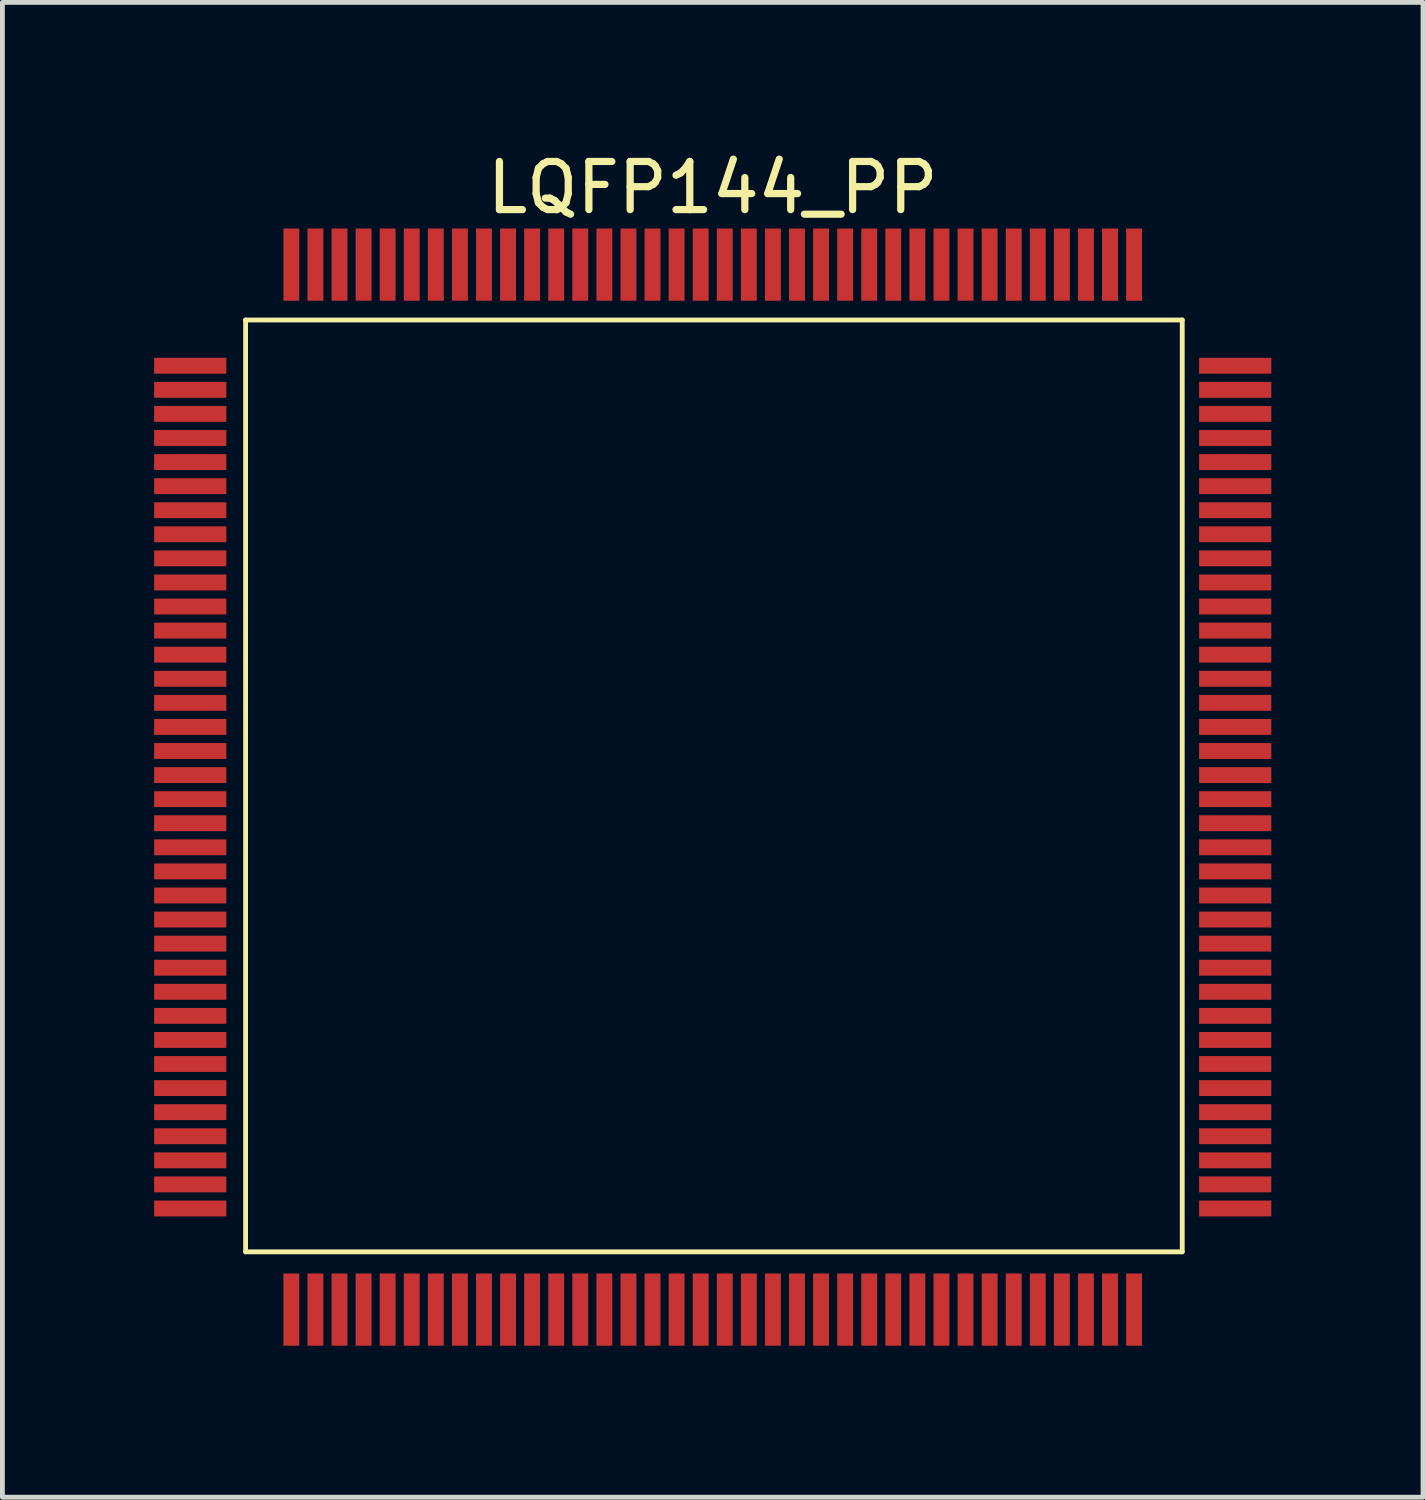
<source format=kicad_pcb>
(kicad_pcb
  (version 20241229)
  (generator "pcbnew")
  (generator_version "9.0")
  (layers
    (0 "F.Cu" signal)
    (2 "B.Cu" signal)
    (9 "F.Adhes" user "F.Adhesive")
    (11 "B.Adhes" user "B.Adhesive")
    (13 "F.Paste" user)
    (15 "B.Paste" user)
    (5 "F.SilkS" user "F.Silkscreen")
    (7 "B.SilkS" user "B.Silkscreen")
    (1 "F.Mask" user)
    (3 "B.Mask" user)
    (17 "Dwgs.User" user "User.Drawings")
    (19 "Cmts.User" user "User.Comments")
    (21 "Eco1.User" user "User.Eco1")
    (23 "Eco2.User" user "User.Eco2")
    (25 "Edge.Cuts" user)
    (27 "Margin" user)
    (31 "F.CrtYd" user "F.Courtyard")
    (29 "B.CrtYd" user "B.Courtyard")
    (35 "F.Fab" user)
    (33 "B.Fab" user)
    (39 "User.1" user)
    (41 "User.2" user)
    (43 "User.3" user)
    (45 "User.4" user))
  (footprint "LQFP144_PP"
    (layer "F.Cu")
    (at 11.75 13.295)
    (property "Reference" "LQFP144_PP" (at 0 -12.447 0) (layer "F.SilkS") (effects (font (size 1 1) (thickness 0.15))))
    (fp_line (start -9.7 -9.7) (end 9.75 -9.7) (stroke (width 0.1) (type solid)) (layer "F.SilkS"))
    (fp_line (start -9.7 9.65) (end -9.7 -9.7) (stroke (width 0.1) (type solid)) (layer "F.SilkS"))
    (fp_line (start -9.7 9.65) (end 9.75 9.65) (stroke (width 0.1) (type solid)) (layer "F.SilkS"))
    (fp_line (start 9.75 9.65) (end 9.75 -9.7) (stroke (width 0.1) (type solid)) (layer "F.SilkS"))
    (fp_rect (start -11.75 -8.6) (end -11.003 -8.9) (stroke (width 0) (type default)) (fill yes) (layer "F.Paste"))
    (fp_rect (start -11.75 -8.1) (end -11.003 -8.4) (stroke (width 0) (type default)) (fill yes) (layer "F.Paste"))
    (fp_rect (start -11.75 -7.6) (end -11.003 -7.9) (stroke (width 0) (type default)) (fill yes) (layer "F.Paste"))
    (fp_rect (start -11.75 -7.1) (end -11.003 -7.4) (stroke (width 0) (type default)) (fill yes) (layer "F.Paste"))
    (fp_rect (start -11.75 -6.6) (end -11.003 -6.9) (stroke (width 0) (type default)) (fill yes) (layer "F.Paste"))
    (fp_rect (start -11.75 -6.1) (end -11.003 -6.4) (stroke (width 0) (type default)) (fill yes) (layer "F.Paste"))
    (fp_rect (start -11.75 -5.6) (end -11.003 -5.9) (stroke (width 0) (type default)) (fill yes) (layer "F.Paste"))
    (fp_rect (start -11.75 -5.1) (end -11.003 -5.4) (stroke (width 0) (type default)) (fill yes) (layer "F.Paste"))
    (fp_rect (start -11.75 -4.6) (end -11.003 -4.9) (stroke (width 0) (type default)) (fill yes) (layer "F.Paste"))
    (fp_rect (start -11.75 -4.1) (end -11.003 -4.4) (stroke (width 0) (type default)) (fill yes) (layer "F.Paste"))
    (fp_rect (start -11.75 -3.6) (end -11.003 -3.9) (stroke (width 0) (type default)) (fill yes) (layer "F.Paste"))
    (fp_rect (start -11.75 -3.1) (end -11.003 -3.4) (stroke (width 0) (type default)) (fill yes) (layer "F.Paste"))
    (fp_rect (start -11.75 -2.6) (end -11.003 -2.9) (stroke (width 0) (type default)) (fill yes) (layer "F.Paste"))
    (fp_rect (start -11.75 -2.1) (end -11.003 -2.4) (stroke (width 0) (type default)) (fill yes) (layer "F.Paste"))
    (fp_rect (start -11.75 -1.6) (end -11.003 -1.9) (stroke (width 0) (type default)) (fill yes) (layer "F.Paste"))
    (fp_rect (start -11.75 -1.1) (end -11.003 -1.4) (stroke (width 0) (type default)) (fill yes) (layer "F.Paste"))
    (fp_rect (start -11.75 -0.6) (end -11.003 -0.9) (stroke (width 0) (type default)) (fill yes) (layer "F.Paste"))
    (fp_rect (start -11.75 -0.1) (end -11.003 -0.4) (stroke (width 0) (type default)) (fill yes) (layer "F.Paste"))
    (fp_rect (start -11.75 0.4) (end -11.003 0.1) (stroke (width 0) (type default)) (fill yes) (layer "F.Paste"))
    (fp_rect (start -11.75 0.9) (end -11.003 0.6) (stroke (width 0) (type default)) (fill yes) (layer "F.Paste"))
    (fp_rect (start -11.75 1.4) (end -11.003 1.1) (stroke (width 0) (type default)) (fill yes) (layer "F.Paste"))
    (fp_rect (start -11.75 1.9) (end -11.003 1.6) (stroke (width 0) (type default)) (fill yes) (layer "F.Paste"))
    (fp_rect (start -11.75 2.4) (end -11.003 2.1) (stroke (width 0) (type default)) (fill yes) (layer "F.Paste"))
    (fp_rect (start -11.75 2.9) (end -11.003 2.6) (stroke (width 0) (type default)) (fill yes) (layer "F.Paste"))
    (fp_rect (start -11.75 3.4) (end -11.003 3.1) (stroke (width 0) (type default)) (fill yes) (layer "F.Paste"))
    (fp_rect (start -11.75 3.9) (end -11.003 3.6) (stroke (width 0) (type default)) (fill yes) (layer "F.Paste"))
    (fp_rect (start -11.75 4.4) (end -11.003 4.1) (stroke (width 0) (type default)) (fill yes) (layer "F.Paste"))
    (fp_rect (start -11.75 4.9) (end -11.003 4.6) (stroke (width 0) (type default)) (fill yes) (layer "F.Paste"))
    (fp_rect (start -11.75 5.4) (end -11.003 5.1) (stroke (width 0) (type default)) (fill yes) (layer "F.Paste"))
    (fp_rect (start -11.75 5.9) (end -11.003 5.6) (stroke (width 0) (type default)) (fill yes) (layer "F.Paste"))
    (fp_rect (start -11.75 6.4) (end -11.003 6.1) (stroke (width 0) (type default)) (fill yes) (layer "F.Paste"))
    (fp_rect (start -11.75 6.9) (end -11.003 6.6) (stroke (width 0) (type default)) (fill yes) (layer "F.Paste"))
    (fp_rect (start -11.75 7.4) (end -11.003 7.1) (stroke (width 0) (type default)) (fill yes) (layer "F.Paste"))
    (fp_rect (start -11.75 7.9) (end -11.003 7.6) (stroke (width 0) (type default)) (fill yes) (layer "F.Paste"))
    (fp_rect (start -11.75 8.4) (end -11.003 8.1) (stroke (width 0) (type default)) (fill yes) (layer "F.Paste"))
    (fp_rect (start -11.75 8.9) (end -11.003 8.6) (stroke (width 0) (type default)) (fill yes) (layer "F.Paste"))
    (fp_rect (start -8.9 11) (end -8.6 11.747) (stroke (width 0) (type default)) (fill yes) (layer "F.Paste"))
    (fp_rect (start -8.6 -11) (end -8.9 -11.747) (stroke (width 0) (type default)) (fill yes) (layer "F.Paste"))
    (fp_rect (start -8.4 11) (end -8.1 11.747) (stroke (width 0) (type default)) (fill yes) (layer "F.Paste"))
    (fp_rect (start -8.1 -11) (end -8.4 -11.747) (stroke (width 0) (type default)) (fill yes) (layer "F.Paste"))
    (fp_rect (start -7.9 11) (end -7.6 11.747) (stroke (width 0) (type default)) (fill yes) (layer "F.Paste"))
    (fp_rect (start -7.6 -11) (end -7.9 -11.747) (stroke (width 0) (type default)) (fill yes) (layer "F.Paste"))
    (fp_rect (start -7.4 11) (end -7.1 11.747) (stroke (width 0) (type default)) (fill yes) (layer "F.Paste"))
    (fp_rect (start -7.1 -11) (end -7.4 -11.747) (stroke (width 0) (type default)) (fill yes) (layer "F.Paste"))
    (fp_rect (start -6.9 11) (end -6.6 11.747) (stroke (width 0) (type default)) (fill yes) (layer "F.Paste"))
    (fp_rect (start -6.6 -11) (end -6.9 -11.747) (stroke (width 0) (type default)) (fill yes) (layer "F.Paste"))
    (fp_rect (start -6.4 11) (end -6.1 11.747) (stroke (width 0) (type default)) (fill yes) (layer "F.Paste"))
    (fp_rect (start -6.1 -11) (end -6.4 -11.747) (stroke (width 0) (type default)) (fill yes) (layer "F.Paste"))
    (fp_rect (start -5.9 11) (end -5.6 11.747) (stroke (width 0) (type default)) (fill yes) (layer "F.Paste"))
    (fp_rect (start -5.6 -11) (end -5.9 -11.747) (stroke (width 0) (type default)) (fill yes) (layer "F.Paste"))
    (fp_rect (start -5.4 11) (end -5.1 11.747) (stroke (width 0) (type default)) (fill yes) (layer "F.Paste"))
    (fp_rect (start -5.1 -11) (end -5.4 -11.747) (stroke (width 0) (type default)) (fill yes) (layer "F.Paste"))
    (fp_rect (start -4.9 11) (end -4.6 11.747) (stroke (width 0) (type default)) (fill yes) (layer "F.Paste"))
    (fp_rect (start -4.6 -11) (end -4.9 -11.747) (stroke (width 0) (type default)) (fill yes) (layer "F.Paste"))
    (fp_rect (start -4.4 11) (end -4.1 11.747) (stroke (width 0) (type default)) (fill yes) (layer "F.Paste"))
    (fp_rect (start -4.1 -11) (end -4.4 -11.747) (stroke (width 0) (type default)) (fill yes) (layer "F.Paste"))
    (fp_rect (start -3.9 11) (end -3.6 11.747) (stroke (width 0) (type default)) (fill yes) (layer "F.Paste"))
    (fp_rect (start -3.6 -11) (end -3.9 -11.747) (stroke (width 0) (type default)) (fill yes) (layer "F.Paste"))
    (fp_rect (start -3.4 11) (end -3.1 11.747) (stroke (width 0) (type default)) (fill yes) (layer "F.Paste"))
    (fp_rect (start -3.1 -11) (end -3.4 -11.747) (stroke (width 0) (type default)) (fill yes) (layer "F.Paste"))
    (fp_rect (start -2.9 11) (end -2.6 11.747) (stroke (width 0) (type default)) (fill yes) (layer "F.Paste"))
    (fp_rect (start -2.6 -11) (end -2.9 -11.747) (stroke (width 0) (type default)) (fill yes) (layer "F.Paste"))
    (fp_rect (start -2.4 11) (end -2.1 11.747) (stroke (width 0) (type default)) (fill yes) (layer "F.Paste"))
    (fp_rect (start -2.1 -11) (end -2.4 -11.747) (stroke (width 0) (type default)) (fill yes) (layer "F.Paste"))
    (fp_rect (start -1.9 11) (end -1.6 11.747) (stroke (width 0) (type default)) (fill yes) (layer "F.Paste"))
    (fp_rect (start -1.6 -11) (end -1.9 -11.747) (stroke (width 0) (type default)) (fill yes) (layer "F.Paste"))
    (fp_rect (start -1.4 11) (end -1.1 11.747) (stroke (width 0) (type default)) (fill yes) (layer "F.Paste"))
    (fp_rect (start -1.1 -11) (end -1.4 -11.747) (stroke (width 0) (type default)) (fill yes) (layer "F.Paste"))
    (fp_rect (start -0.9 11) (end -0.6 11.747) (stroke (width 0) (type default)) (fill yes) (layer "F.Paste"))
    (fp_rect (start -0.6 -11) (end -0.9 -11.747) (stroke (width 0) (type default)) (fill yes) (layer "F.Paste"))
    (fp_rect (start -0.4 11) (end -0.1 11.747) (stroke (width 0) (type default)) (fill yes) (layer "F.Paste"))
    (fp_rect (start -0.1 -11) (end -0.4 -11.747) (stroke (width 0) (type default)) (fill yes) (layer "F.Paste"))
    (fp_rect (start 0.1 11) (end 0.4 11.747) (stroke (width 0) (type default)) (fill yes) (layer "F.Paste"))
    (fp_rect (start 0.4 -11) (end 0.1 -11.747) (stroke (width 0) (type default)) (fill yes) (layer "F.Paste"))
    (fp_rect (start 0.6 11) (end 0.9 11.747) (stroke (width 0) (type default)) (fill yes) (layer "F.Paste"))
    (fp_rect (start 0.9 -11) (end 0.6 -11.747) (stroke (width 0) (type default)) (fill yes) (layer "F.Paste"))
    (fp_rect (start 1.1 11) (end 1.4 11.747) (stroke (width 0) (type default)) (fill yes) (layer "F.Paste"))
    (fp_rect (start 1.4 -11) (end 1.1 -11.747) (stroke (width 0) (type default)) (fill yes) (layer "F.Paste"))
    (fp_rect (start 1.6 11) (end 1.9 11.747) (stroke (width 0) (type default)) (fill yes) (layer "F.Paste"))
    (fp_rect (start 1.9 -11) (end 1.6 -11.747) (stroke (width 0) (type default)) (fill yes) (layer "F.Paste"))
    (fp_rect (start 2.1 11) (end 2.4 11.747) (stroke (width 0) (type default)) (fill yes) (layer "F.Paste"))
    (fp_rect (start 2.4 -11) (end 2.1 -11.747) (stroke (width 0) (type default)) (fill yes) (layer "F.Paste"))
    (fp_rect (start 2.6 11) (end 2.9 11.747) (stroke (width 0) (type default)) (fill yes) (layer "F.Paste"))
    (fp_rect (start 2.9 -11) (end 2.6 -11.747) (stroke (width 0) (type default)) (fill yes) (layer "F.Paste"))
    (fp_rect (start 3.1 11) (end 3.4 11.747) (stroke (width 0) (type default)) (fill yes) (layer "F.Paste"))
    (fp_rect (start 3.4 -11) (end 3.1 -11.747) (stroke (width 0) (type default)) (fill yes) (layer "F.Paste"))
    (fp_rect (start 3.6 11) (end 3.9 11.747) (stroke (width 0) (type default)) (fill yes) (layer "F.Paste"))
    (fp_rect (start 3.9 -11) (end 3.6 -11.747) (stroke (width 0) (type default)) (fill yes) (layer "F.Paste"))
    (fp_rect (start 4.1 11) (end 4.4 11.747) (stroke (width 0) (type default)) (fill yes) (layer "F.Paste"))
    (fp_rect (start 4.4 -11) (end 4.1 -11.747) (stroke (width 0) (type default)) (fill yes) (layer "F.Paste"))
    (fp_rect (start 4.6 11) (end 4.9 11.747) (stroke (width 0) (type default)) (fill yes) (layer "F.Paste"))
    (fp_rect (start 4.9 -11) (end 4.6 -11.747) (stroke (width 0) (type default)) (fill yes) (layer "F.Paste"))
    (fp_rect (start 5.1 11) (end 5.4 11.747) (stroke (width 0) (type default)) (fill yes) (layer "F.Paste"))
    (fp_rect (start 5.4 -11) (end 5.1 -11.747) (stroke (width 0) (type default)) (fill yes) (layer "F.Paste"))
    (fp_rect (start 5.6 11) (end 5.9 11.747) (stroke (width 0) (type default)) (fill yes) (layer "F.Paste"))
    (fp_rect (start 5.9 -11) (end 5.6 -11.747) (stroke (width 0) (type default)) (fill yes) (layer "F.Paste"))
    (fp_rect (start 6.1 11) (end 6.4 11.747) (stroke (width 0) (type default)) (fill yes) (layer "F.Paste"))
    (fp_rect (start 6.4 -11) (end 6.1 -11.747) (stroke (width 0) (type default)) (fill yes) (layer "F.Paste"))
    (fp_rect (start 6.6 11) (end 6.9 11.747) (stroke (width 0) (type default)) (fill yes) (layer "F.Paste"))
    (fp_rect (start 6.9 -11) (end 6.6 -11.747) (stroke (width 0) (type default)) (fill yes) (layer "F.Paste"))
    (fp_rect (start 7.1 11) (end 7.4 11.747) (stroke (width 0) (type default)) (fill yes) (layer "F.Paste"))
    (fp_rect (start 7.4 -11) (end 7.1 -11.747) (stroke (width 0) (type default)) (fill yes) (layer "F.Paste"))
    (fp_rect (start 7.6 11) (end 7.9 11.747) (stroke (width 0) (type default)) (fill yes) (layer "F.Paste"))
    (fp_rect (start 7.9 -11) (end 7.6 -11.747) (stroke (width 0) (type default)) (fill yes) (layer "F.Paste"))
    (fp_rect (start 8.1 11) (end 8.4 11.747) (stroke (width 0) (type default)) (fill yes) (layer "F.Paste"))
    (fp_rect (start 8.4 -11) (end 8.1 -11.747) (stroke (width 0) (type default)) (fill yes) (layer "F.Paste"))
    (fp_rect (start 8.6 11) (end 8.9 11.747) (stroke (width 0) (type default)) (fill yes) (layer "F.Paste"))
    (fp_rect (start 8.9 -11) (end 8.6 -11.747) (stroke (width 0) (type default)) (fill yes) (layer "F.Paste"))
    (fp_rect (start 11.75 -8.9) (end 11.003 -8.6) (stroke (width 0) (type default)) (fill yes) (layer "F.Paste"))
    (fp_rect (start 11.75 -8.4) (end 11.003 -8.1) (stroke (width 0) (type default)) (fill yes) (layer "F.Paste"))
    (fp_rect (start 11.75 -7.9) (end 11.003 -7.6) (stroke (width 0) (type default)) (fill yes) (layer "F.Paste"))
    (fp_rect (start 11.75 -7.4) (end 11.003 -7.1) (stroke (width 0) (type default)) (fill yes) (layer "F.Paste"))
    (fp_rect (start 11.75 -6.9) (end 11.003 -6.6) (stroke (width 0) (type default)) (fill yes) (layer "F.Paste"))
    (fp_rect (start 11.75 -6.4) (end 11.003 -6.1) (stroke (width 0) (type default)) (fill yes) (layer "F.Paste"))
    (fp_rect (start 11.75 -5.9) (end 11.003 -5.6) (stroke (width 0) (type default)) (fill yes) (layer "F.Paste"))
    (fp_rect (start 11.75 -5.4) (end 11.003 -5.1) (stroke (width 0) (type default)) (fill yes) (layer "F.Paste"))
    (fp_rect (start 11.75 -4.9) (end 11.003 -4.6) (stroke (width 0) (type default)) (fill yes) (layer "F.Paste"))
    (fp_rect (start 11.75 -4.4) (end 11.003 -4.1) (stroke (width 0) (type default)) (fill yes) (layer "F.Paste"))
    (fp_rect (start 11.75 -3.9) (end 11.003 -3.6) (stroke (width 0) (type default)) (fill yes) (layer "F.Paste"))
    (fp_rect (start 11.75 -3.4) (end 11.003 -3.1) (stroke (width 0) (type default)) (fill yes) (layer "F.Paste"))
    (fp_rect (start 11.75 -2.9) (end 11.003 -2.6) (stroke (width 0) (type default)) (fill yes) (layer "F.Paste"))
    (fp_rect (start 11.75 -2.4) (end 11.003 -2.1) (stroke (width 0) (type default)) (fill yes) (layer "F.Paste"))
    (fp_rect (start 11.75 -1.9) (end 11.003 -1.6) (stroke (width 0) (type default)) (fill yes) (layer "F.Paste"))
    (fp_rect (start 11.75 -1.4) (end 11.003 -1.1) (stroke (width 0) (type default)) (fill yes) (layer "F.Paste"))
    (fp_rect (start 11.75 -0.9) (end 11.003 -0.6) (stroke (width 0) (type default)) (fill yes) (layer "F.Paste"))
    (fp_rect (start 11.75 -0.4) (end 11.003 -0.1) (stroke (width 0) (type default)) (fill yes) (layer "F.Paste"))
    (fp_rect (start 11.75 0.1) (end 11.003 0.4) (stroke (width 0) (type default)) (fill yes) (layer "F.Paste"))
    (fp_rect (start 11.75 0.6) (end 11.003 0.9) (stroke (width 0) (type default)) (fill yes) (layer "F.Paste"))
    (fp_rect (start 11.75 1.1) (end 11.003 1.4) (stroke (width 0) (type default)) (fill yes) (layer "F.Paste"))
    (fp_rect (start 11.75 1.6) (end 11.003 1.9) (stroke (width 0) (type default)) (fill yes) (layer "F.Paste"))
    (fp_rect (start 11.75 2.1) (end 11.003 2.4) (stroke (width 0) (type default)) (fill yes) (layer "F.Paste"))
    (fp_rect (start 11.75 2.6) (end 11.003 2.9) (stroke (width 0) (type default)) (fill yes) (layer "F.Paste"))
    (fp_rect (start 11.75 3.1) (end 11.003 3.4) (stroke (width 0) (type default)) (fill yes) (layer "F.Paste"))
    (fp_rect (start 11.75 3.6) (end 11.003 3.9) (stroke (width 0) (type default)) (fill yes) (layer "F.Paste"))
    (fp_rect (start 11.75 4.1) (end 11.003 4.4) (stroke (width 0) (type default)) (fill yes) (layer "F.Paste"))
    (fp_rect (start 11.75 4.6) (end 11.003 4.9) (stroke (width 0) (type default)) (fill yes) (layer "F.Paste"))
    (fp_rect (start 11.75 5.1) (end 11.003 5.4) (stroke (width 0) (type default)) (fill yes) (layer "F.Paste"))
    (fp_rect (start 11.75 5.6) (end 11.003 5.9) (stroke (width 0) (type default)) (fill yes) (layer "F.Paste"))
    (fp_rect (start 11.75 6.1) (end 11.003 6.4) (stroke (width 0) (type default)) (fill yes) (layer "F.Paste"))
    (fp_rect (start 11.75 6.6) (end 11.003 6.9) (stroke (width 0) (type default)) (fill yes) (layer "F.Paste"))
    (fp_rect (start 11.75 7.1) (end 11.003 7.4) (stroke (width 0) (type default)) (fill yes) (layer "F.Paste"))
    (fp_rect (start 11.75 7.6) (end 11.003 7.9) (stroke (width 0) (type default)) (fill yes) (layer "F.Paste"))
    (fp_rect (start 11.75 8.1) (end 11.003 8.4) (stroke (width 0) (type default)) (fill yes) (layer "F.Paste"))
    (fp_rect (start 11.75 8.6) (end 11.003 8.9) (stroke (width 0) (type default)) (fill yes) (layer "F.Paste"))
    (pad "1" smd rect (at -8.75 10.85) (size 0.33 1.5) (layers "F.Cu" "F.Mask" "F.Paste"))
    (pad "2" smd rect (at -8.25 10.85) (size 0.33 1.5) (layers "F.Cu" "F.Mask" "F.Paste"))
    (pad "3" smd rect (at -7.75 10.85) (size 0.33 1.5) (layers "F.Cu" "F.Mask" "F.Paste"))
    (pad "4" smd rect (at -7.25 10.85) (size 0.33 1.5) (layers "F.Cu" "F.Mask" "F.Paste"))
    (pad "5" smd rect (at -6.75 10.85) (size 0.33 1.5) (layers "F.Cu" "F.Mask" "F.Paste"))
    (pad "6" smd rect (at -6.25 10.85) (size 0.33 1.5) (layers "F.Cu" "F.Mask" "F.Paste"))
    (pad "7" smd rect (at -5.75 10.85) (size 0.33 1.5) (layers "F.Cu" "F.Mask" "F.Paste"))
    (pad "8" smd rect (at -5.25 10.85) (size 0.33 1.5) (layers "F.Cu" "F.Mask" "F.Paste"))
    (pad "9" smd rect (at -4.75 10.85) (size 0.33 1.5) (layers "F.Cu" "F.Mask" "F.Paste"))
    (pad "10" smd rect (at -4.25 10.85) (size 0.33 1.5) (layers "F.Cu" "F.Mask" "F.Paste"))
    (pad "11" smd rect (at -3.75 10.85) (size 0.33 1.5) (layers "F.Cu" "F.Mask" "F.Paste"))
    (pad "12" smd rect (at -3.25 10.85) (size 0.33 1.5) (layers "F.Cu" "F.Mask" "F.Paste"))
    (pad "13" smd rect (at -2.75 10.85) (size 0.33 1.5) (layers "F.Cu" "F.Mask" "F.Paste"))
    (pad "14" smd rect (at -2.25 10.85) (size 0.33 1.5) (layers "F.Cu" "F.Mask" "F.Paste"))
    (pad "15" smd rect (at -1.75 10.85) (size 0.33 1.5) (layers "F.Cu" "F.Mask" "F.Paste"))
    (pad "16" smd rect (at -1.25 10.85) (size 0.33 1.5) (layers "F.Cu" "F.Mask" "F.Paste"))
    (pad "17" smd rect (at -0.75 10.85) (size 0.33 1.5) (layers "F.Cu" "F.Mask" "F.Paste"))
    (pad "18" smd rect (at -0.25 10.85) (size 0.33 1.5) (layers "F.Cu" "F.Mask" "F.Paste"))
    (pad "19" smd rect (at 0.25 10.85) (size 0.33 1.5) (layers "F.Cu" "F.Mask" "F.Paste"))
    (pad "20" smd rect (at 0.75 10.85) (size 0.33 1.5) (layers "F.Cu" "F.Mask" "F.Paste"))
    (pad "21" smd rect (at 1.25 10.85) (size 0.33 1.5) (layers "F.Cu" "F.Mask" "F.Paste"))
    (pad "22" smd rect (at 1.75 10.85) (size 0.33 1.5) (layers "F.Cu" "F.Mask" "F.Paste"))
    (pad "23" smd rect (at 2.25 10.85) (size 0.33 1.5) (layers "F.Cu" "F.Mask" "F.Paste"))
    (pad "24" smd rect (at 2.75 10.85) (size 0.33 1.5) (layers "F.Cu" "F.Mask" "F.Paste"))
    (pad "25" smd rect (at 3.25 10.85) (size 0.33 1.5) (layers "F.Cu" "F.Mask" "F.Paste"))
    (pad "26" smd rect (at 3.75 10.85) (size 0.33 1.5) (layers "F.Cu" "F.Mask" "F.Paste"))
    (pad "27" smd rect (at 4.25 10.85) (size 0.33 1.5) (layers "F.Cu" "F.Mask" "F.Paste"))
    (pad "28" smd rect (at 4.75 10.85) (size 0.33 1.5) (layers "F.Cu" "F.Mask" "F.Paste"))
    (pad "29" smd rect (at 5.25 10.85) (size 0.33 1.5) (layers "F.Cu" "F.Mask" "F.Paste"))
    (pad "30" smd rect (at 5.75 10.85) (size 0.33 1.5) (layers "F.Cu" "F.Mask" "F.Paste"))
    (pad "31" smd rect (at 6.25 10.85) (size 0.33 1.5) (layers "F.Cu" "F.Mask" "F.Paste"))
    (pad "32" smd rect (at 6.75 10.85) (size 0.33 1.5) (layers "F.Cu" "F.Mask" "F.Paste"))
    (pad "33" smd rect (at 7.25 10.85) (size 0.33 1.5) (layers "F.Cu" "F.Mask" "F.Paste"))
    (pad "34" smd rect (at 7.75 10.85) (size 0.33 1.5) (layers "F.Cu" "F.Mask" "F.Paste"))
    (pad "35" smd rect (at 8.25 10.85) (size 0.33 1.5) (layers "F.Cu" "F.Mask" "F.Paste"))
    (pad "36" smd rect (at 8.75 10.85) (size 0.33 1.5) (layers "F.Cu" "F.Mask" "F.Paste"))
    (pad "37" smd rect (at 10.85 8.75 90) (size 0.33 1.5) (layers "F.Cu" "F.Mask" "F.Paste"))
    (pad "38" smd rect (at 10.85 8.25 90) (size 0.33 1.5) (layers "F.Cu" "F.Mask" "F.Paste"))
    (pad "39" smd rect (at 10.85 7.75 90) (size 0.33 1.5) (layers "F.Cu" "F.Mask" "F.Paste"))
    (pad "40" smd rect (at 10.85 7.25 90) (size 0.33 1.5) (layers "F.Cu" "F.Mask" "F.Paste"))
    (pad "41" smd rect (at 10.85 6.75 90) (size 0.33 1.5) (layers "F.Cu" "F.Mask" "F.Paste"))
    (pad "42" smd rect (at 10.85 6.25 90) (size 0.33 1.5) (layers "F.Cu" "F.Mask" "F.Paste"))
    (pad "43" smd rect (at 10.85 5.75 90) (size 0.33 1.5) (layers "F.Cu" "F.Mask" "F.Paste"))
    (pad "44" smd rect (at 10.85 5.25 90) (size 0.33 1.5) (layers "F.Cu" "F.Mask" "F.Paste"))
    (pad "45" smd rect (at 10.85 4.75 90) (size 0.33 1.5) (layers "F.Cu" "F.Mask" "F.Paste"))
    (pad "46" smd rect (at 10.85 4.25 90) (size 0.33 1.5) (layers "F.Cu" "F.Mask" "F.Paste"))
    (pad "47" smd rect (at 10.85 3.75 90) (size 0.33 1.5) (layers "F.Cu" "F.Mask" "F.Paste"))
    (pad "48" smd rect (at 10.85 3.25 90) (size 0.33 1.5) (layers "F.Cu" "F.Mask" "F.Paste"))
    (pad "49" smd rect (at 10.85 2.75 90) (size 0.33 1.5) (layers "F.Cu" "F.Mask" "F.Paste"))
    (pad "50" smd rect (at 10.85 2.25 90) (size 0.33 1.5) (layers "F.Cu" "F.Mask" "F.Paste"))
    (pad "51" smd rect (at 10.85 1.75 90) (size 0.33 1.5) (layers "F.Cu" "F.Mask" "F.Paste"))
    (pad "52" smd rect (at 10.85 1.25 90) (size 0.33 1.5) (layers "F.Cu" "F.Mask" "F.Paste"))
    (pad "53" smd rect (at 10.85 0.75 90) (size 0.33 1.5) (layers "F.Cu" "F.Mask" "F.Paste"))
    (pad "54" smd rect (at 10.85 0.25 90) (size 0.33 1.5) (layers "F.Cu" "F.Mask" "F.Paste"))
    (pad "55" smd rect (at 10.85 -0.25 90) (size 0.33 1.5) (layers "F.Cu" "F.Mask" "F.Paste"))
    (pad "56" smd rect (at 10.85 -0.75 90) (size 0.33 1.5) (layers "F.Cu" "F.Mask" "F.Paste"))
    (pad "57" smd rect (at 10.85 -1.25 90) (size 0.33 1.5) (layers "F.Cu" "F.Mask" "F.Paste"))
    (pad "58" smd rect (at 10.85 -1.75 90) (size 0.33 1.5) (layers "F.Cu" "F.Mask" "F.Paste"))
    (pad "59" smd rect (at 10.85 -2.25 90) (size 0.33 1.5) (layers "F.Cu" "F.Mask" "F.Paste"))
    (pad "60" smd rect (at 10.85 -2.75 90) (size 0.33 1.5) (layers "F.Cu" "F.Mask" "F.Paste"))
    (pad "61" smd rect (at 10.85 -3.25 90) (size 0.33 1.5) (layers "F.Cu" "F.Mask" "F.Paste"))
    (pad "62" smd rect (at 10.85 -3.75 90) (size 0.33 1.5) (layers "F.Cu" "F.Mask" "F.Paste"))
    (pad "63" smd rect (at 10.85 -4.25 90) (size 0.33 1.5) (layers "F.Cu" "F.Mask" "F.Paste"))
    (pad "64" smd rect (at 10.85 -4.75 90) (size 0.33 1.5) (layers "F.Cu" "F.Mask" "F.Paste"))
    (pad "65" smd rect (at 10.85 -5.25 90) (size 0.33 1.5) (layers "F.Cu" "F.Mask" "F.Paste"))
    (pad "66" smd rect (at 10.85 -5.75 90) (size 0.33 1.5) (layers "F.Cu" "F.Mask" "F.Paste"))
    (pad "67" smd rect (at 10.85 -6.25 90) (size 0.33 1.5) (layers "F.Cu" "F.Mask" "F.Paste"))
    (pad "68" smd rect (at 10.85 -6.75 90) (size 0.33 1.5) (layers "F.Cu" "F.Mask" "F.Paste"))
    (pad "69" smd rect (at 10.85 -7.25 90) (size 0.33 1.5) (layers "F.Cu" "F.Mask" "F.Paste"))
    (pad "70" smd rect (at 10.85 -7.75 90) (size 0.33 1.5) (layers "F.Cu" "F.Mask" "F.Paste"))
    (pad "71" smd rect (at 10.85 -8.25 90) (size 0.33 1.5) (layers "F.Cu" "F.Mask" "F.Paste"))
    (pad "72" smd rect (at 10.85 -8.75 90) (size 0.33 1.5) (layers "F.Cu" "F.Mask" "F.Paste"))
    (pad "73" smd rect (at 8.75 -10.85) (size 0.33 1.5) (layers "F.Cu" "F.Mask" "F.Paste"))
    (pad "74" smd rect (at 8.25 -10.85) (size 0.33 1.5) (layers "F.Cu" "F.Mask" "F.Paste"))
    (pad "75" smd rect (at 7.75 -10.85) (size 0.33 1.5) (layers "F.Cu" "F.Mask" "F.Paste"))
    (pad "76" smd rect (at 7.25 -10.85) (size 0.33 1.5) (layers "F.Cu" "F.Mask" "F.Paste"))
    (pad "77" smd rect (at 6.75 -10.85) (size 0.33 1.5) (layers "F.Cu" "F.Mask" "F.Paste"))
    (pad "78" smd rect (at 6.25 -10.85) (size 0.33 1.5) (layers "F.Cu" "F.Mask" "F.Paste"))
    (pad "79" smd rect (at 5.75 -10.85) (size 0.33 1.5) (layers "F.Cu" "F.Mask" "F.Paste"))
    (pad "80" smd rect (at 5.25 -10.85) (size 0.33 1.5) (layers "F.Cu" "F.Mask" "F.Paste"))
    (pad "81" smd rect (at 4.75 -10.85) (size 0.33 1.5) (layers "F.Cu" "F.Mask" "F.Paste"))
    (pad "82" smd rect (at 4.25 -10.85) (size 0.33 1.5) (layers "F.Cu" "F.Mask" "F.Paste"))
    (pad "83" smd rect (at 3.75 -10.85) (size 0.33 1.5) (layers "F.Cu" "F.Mask" "F.Paste"))
    (pad "84" smd rect (at 3.25 -10.85) (size 0.33 1.5) (layers "F.Cu" "F.Mask" "F.Paste"))
    (pad "85" smd rect (at 2.75 -10.85) (size 0.33 1.5) (layers "F.Cu" "F.Mask" "F.Paste"))
    (pad "86" smd rect (at 2.25 -10.85) (size 0.33 1.5) (layers "F.Cu" "F.Mask" "F.Paste"))
    (pad "87" smd rect (at 1.75 -10.85) (size 0.33 1.5) (layers "F.Cu" "F.Mask" "F.Paste"))
    (pad "88" smd rect (at 1.25 -10.85) (size 0.33 1.5) (layers "F.Cu" "F.Mask" "F.Paste"))
    (pad "89" smd rect (at 0.75 -10.85) (size 0.33 1.5) (layers "F.Cu" "F.Mask" "F.Paste"))
    (pad "90" smd rect (at 0.25 -10.85) (size 0.33 1.5) (layers "F.Cu" "F.Mask" "F.Paste"))
    (pad "91" smd rect (at -0.25 -10.85) (size 0.33 1.5) (layers "F.Cu" "F.Mask" "F.Paste"))
    (pad "92" smd rect (at -0.75 -10.85) (size 0.33 1.5) (layers "F.Cu" "F.Mask" "F.Paste"))
    (pad "93" smd rect (at -1.25 -10.85) (size 0.33 1.5) (layers "F.Cu" "F.Mask" "F.Paste"))
    (pad "94" smd rect (at -1.75 -10.85) (size 0.33 1.5) (layers "F.Cu" "F.Mask" "F.Paste"))
    (pad "95" smd rect (at -2.25 -10.85) (size 0.33 1.5) (layers "F.Cu" "F.Mask" "F.Paste"))
    (pad "96" smd rect (at -2.75 -10.85) (size 0.33 1.5) (layers "F.Cu" "F.Mask" "F.Paste"))
    (pad "97" smd rect (at -3.25 -10.85) (size 0.33 1.5) (layers "F.Cu" "F.Mask" "F.Paste"))
    (pad "98" smd rect (at -3.75 -10.85) (size 0.33 1.5) (layers "F.Cu" "F.Mask" "F.Paste"))
    (pad "99" smd rect (at -4.25 -10.85) (size 0.33 1.5) (layers "F.Cu" "F.Mask" "F.Paste"))
    (pad "100" smd rect (at -4.75 -10.85) (size 0.33 1.5) (layers "F.Cu" "F.Mask" "F.Paste"))
    (pad "101" smd rect (at -5.25 -10.85) (size 0.33 1.5) (layers "F.Cu" "F.Mask" "F.Paste"))
    (pad "102" smd rect (at -5.75 -10.85) (size 0.33 1.5) (layers "F.Cu" "F.Mask" "F.Paste"))
    (pad "103" smd rect (at -6.25 -10.85) (size 0.33 1.5) (layers "F.Cu" "F.Mask" "F.Paste"))
    (pad "104" smd rect (at -6.75 -10.85) (size 0.33 1.5) (layers "F.Cu" "F.Mask" "F.Paste"))
    (pad "105" smd rect (at -7.25 -10.85) (size 0.33 1.5) (layers "F.Cu" "F.Mask" "F.Paste"))
    (pad "106" smd rect (at -7.75 -10.85) (size 0.33 1.5) (layers "F.Cu" "F.Mask" "F.Paste"))
    (pad "107" smd rect (at -8.25 -10.85) (size 0.33 1.5) (layers "F.Cu" "F.Mask" "F.Paste"))
    (pad "108" smd rect (at -8.75 -10.85) (size 0.33 1.5) (layers "F.Cu" "F.Mask" "F.Paste"))
    (pad "109" smd rect (at -10.85 -8.75 90) (size 0.33 1.5) (layers "F.Cu" "F.Mask" "F.Paste"))
    (pad "110" smd rect (at -10.85 -8.25 90) (size 0.33 1.5) (layers "F.Cu" "F.Mask" "F.Paste"))
    (pad "111" smd rect (at -10.85 -7.75 90) (size 0.33 1.5) (layers "F.Cu" "F.Mask" "F.Paste"))
    (pad "112" smd rect (at -10.85 -7.25 90) (size 0.33 1.5) (layers "F.Cu" "F.Mask" "F.Paste"))
    (pad "113" smd rect (at -10.85 -6.75 90) (size 0.33 1.5) (layers "F.Cu" "F.Mask" "F.Paste"))
    (pad "114" smd rect (at -10.85 -6.25 90) (size 0.33 1.5) (layers "F.Cu" "F.Mask" "F.Paste"))
    (pad "115" smd rect (at -10.85 -5.75 90) (size 0.33 1.5) (layers "F.Cu" "F.Mask" "F.Paste"))
    (pad "116" smd rect (at -10.85 -5.25 90) (size 0.33 1.5) (layers "F.Cu" "F.Mask" "F.Paste"))
    (pad "117" smd rect (at -10.85 -4.75 90) (size 0.33 1.5) (layers "F.Cu" "F.Mask" "F.Paste"))
    (pad "118" smd rect (at -10.85 -4.25 90) (size 0.33 1.5) (layers "F.Cu" "F.Mask" "F.Paste"))
    (pad "119" smd rect (at -10.85 -3.75 90) (size 0.33 1.5) (layers "F.Cu" "F.Mask" "F.Paste"))
    (pad "120" smd rect (at -10.85 -3.25 90) (size 0.33 1.5) (layers "F.Cu" "F.Mask" "F.Paste"))
    (pad "121" smd rect (at -10.85 -2.75 90) (size 0.33 1.5) (layers "F.Cu" "F.Mask" "F.Paste"))
    (pad "122" smd rect (at -10.85 -2.25 90) (size 0.33 1.5) (layers "F.Cu" "F.Mask" "F.Paste"))
    (pad "123" smd rect (at -10.85 -1.75 90) (size 0.33 1.5) (layers "F.Cu" "F.Mask" "F.Paste"))
    (pad "124" smd rect (at -10.85 -1.25 90) (size 0.33 1.5) (layers "F.Cu" "F.Mask" "F.Paste"))
    (pad "125" smd rect (at -10.85 -0.75 90) (size 0.33 1.5) (layers "F.Cu" "F.Mask" "F.Paste"))
    (pad "126" smd rect (at -10.85 -0.25 90) (size 0.33 1.5) (layers "F.Cu" "F.Mask" "F.Paste"))
    (pad "127" smd rect (at -10.85 0.25 90) (size 0.33 1.5) (layers "F.Cu" "F.Mask" "F.Paste"))
    (pad "128" smd rect (at -10.85 0.75 90) (size 0.33 1.5) (layers "F.Cu" "F.Mask" "F.Paste"))
    (pad "129" smd rect (at -10.85 1.25 90) (size 0.33 1.5) (layers "F.Cu" "F.Mask" "F.Paste"))
    (pad "130" smd rect (at -10.85 1.75 90) (size 0.33 1.5) (layers "F.Cu" "F.Mask" "F.Paste"))
    (pad "131" smd rect (at -10.85 2.25 90) (size 0.33 1.5) (layers "F.Cu" "F.Mask" "F.Paste"))
    (pad "132" smd rect (at -10.85 2.75 90) (size 0.33 1.5) (layers "F.Cu" "F.Mask" "F.Paste"))
    (pad "133" smd rect (at -10.85 3.25 90) (size 0.33 1.5) (layers "F.Cu" "F.Mask" "F.Paste"))
    (pad "134" smd rect (at -10.85 3.75 90) (size 0.33 1.5) (layers "F.Cu" "F.Mask" "F.Paste"))
    (pad "135" smd rect (at -10.85 4.25 90) (size 0.33 1.5) (layers "F.Cu" "F.Mask" "F.Paste"))
    (pad "136" smd rect (at -10.85 4.75 90) (size 0.33 1.5) (layers "F.Cu" "F.Mask" "F.Paste"))
    (pad "137" smd rect (at -10.85 5.25 90) (size 0.33 1.5) (layers "F.Cu" "F.Mask" "F.Paste"))
    (pad "138" smd rect (at -10.85 5.75 90) (size 0.33 1.5) (layers "F.Cu" "F.Mask" "F.Paste"))
    (pad "139" smd rect (at -10.85 6.25 90) (size 0.33 1.5) (layers "F.Cu" "F.Mask" "F.Paste"))
    (pad "140" smd rect (at -10.85 6.75 90) (size 0.33 1.5) (layers "F.Cu" "F.Mask" "F.Paste"))
    (pad "141" smd rect (at -10.85 7.25 90) (size 0.33 1.5) (layers "F.Cu" "F.Mask" "F.Paste"))
    (pad "142" smd rect (at -10.85 7.75 90) (size 0.33 1.5) (layers "F.Cu" "F.Mask" "F.Paste"))
    (pad "143" smd rect (at -10.85 8.25 90) (size 0.33 1.5) (layers "F.Cu" "F.Mask" "F.Paste"))
    (pad "144" smd rect (at -10.85 8.75 90) (size 0.33 1.5) (layers "F.Cu" "F.Mask" "F.Paste")))
  (gr_rect
    (start -3 -3)
    (end 26.5 28.041)
    (stroke (width 0.1) (type default))
    (fill no)
    (layer "Edge.Cuts")))
</source>
